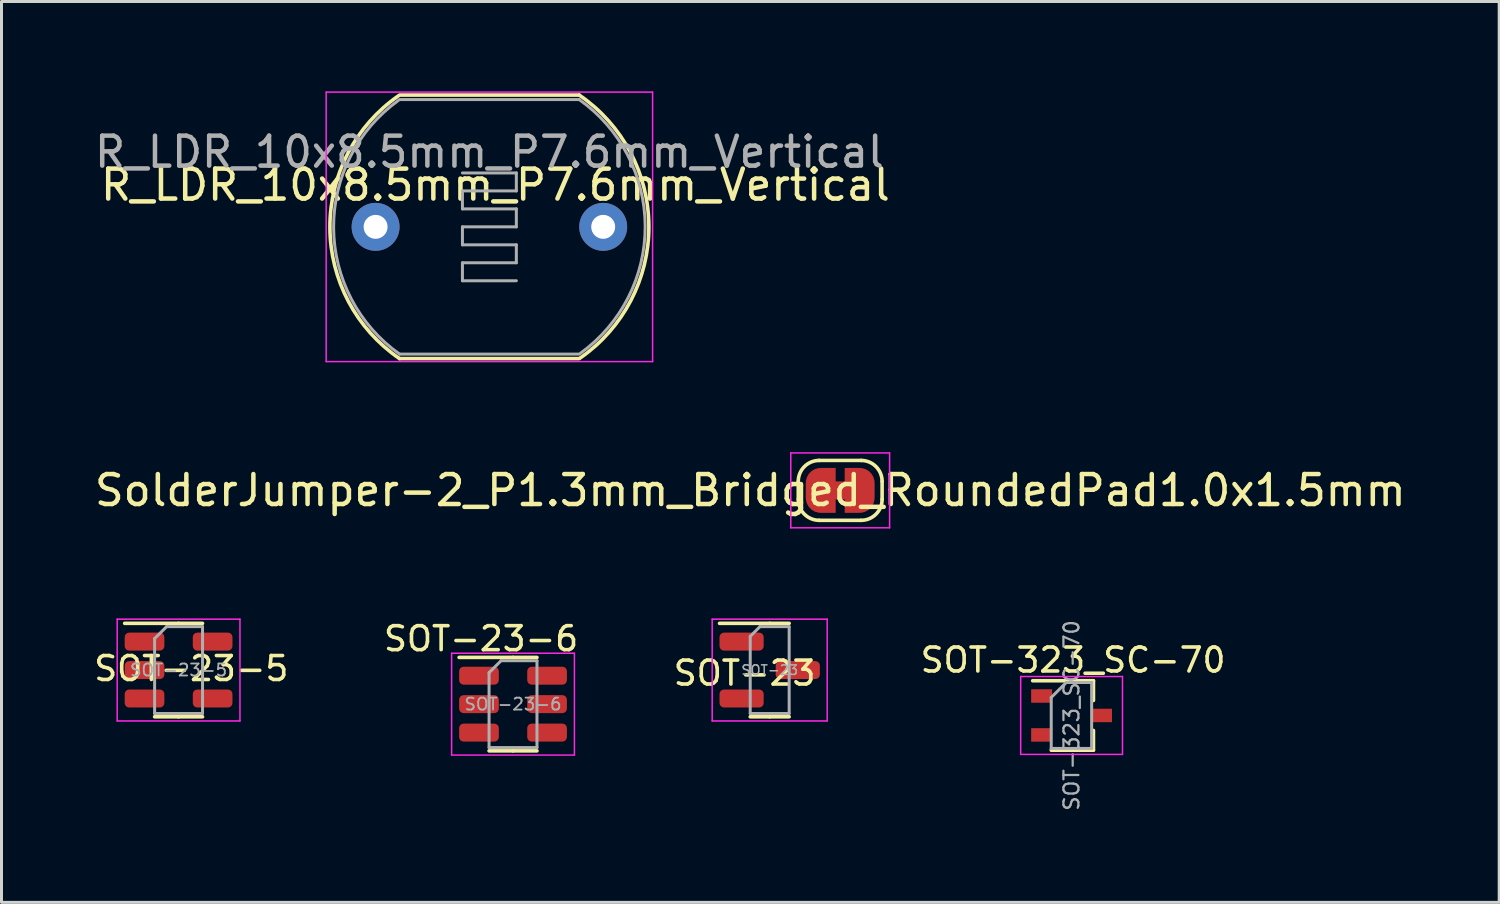
<source format=kicad_pcb>
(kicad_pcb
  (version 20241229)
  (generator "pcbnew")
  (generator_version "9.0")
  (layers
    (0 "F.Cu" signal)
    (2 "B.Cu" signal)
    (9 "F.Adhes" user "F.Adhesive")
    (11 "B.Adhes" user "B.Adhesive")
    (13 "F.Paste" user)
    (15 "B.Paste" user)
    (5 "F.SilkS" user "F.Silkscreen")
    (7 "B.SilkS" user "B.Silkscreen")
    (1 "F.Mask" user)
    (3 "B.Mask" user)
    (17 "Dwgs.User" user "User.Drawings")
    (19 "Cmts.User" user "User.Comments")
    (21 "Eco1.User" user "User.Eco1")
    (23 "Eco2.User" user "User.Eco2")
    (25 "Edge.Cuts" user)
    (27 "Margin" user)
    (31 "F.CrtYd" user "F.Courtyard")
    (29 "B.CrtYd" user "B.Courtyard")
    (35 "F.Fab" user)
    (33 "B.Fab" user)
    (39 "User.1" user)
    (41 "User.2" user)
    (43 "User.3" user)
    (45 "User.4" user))
  (footprint "SOT-323_SC-70"
    (layer "F.Cu")
    (at 32.733 20.841)
    (property "Reference" "SOT-323_SC-70" (at 0.05 -1.85 0) (layer "F.SilkS") (effects (font (size 0.8 0.8) (thickness 0.12))))
    (attr smd)
    (fp_line (start -0.68 1.16) (end 0.73 1.16) (stroke (width 0.12) (type solid)) (layer "F.SilkS"))
    (fp_line (start 0.73 -1.16) (end -1.3 -1.16) (stroke (width 0.12) (type solid)) (layer "F.SilkS"))
    (fp_line (start 0.73 -1.16) (end 0.73 -0.5) (stroke (width 0.12) (type solid)) (layer "F.SilkS"))
    (fp_line (start 0.73 0.5) (end 0.73 1.16) (stroke (width 0.12) (type solid)) (layer "F.SilkS"))
    (fp_line (start -1.7 -1.3) (end 1.7 -1.3) (stroke (width 0.05) (type solid)) (layer "F.CrtYd"))
    (fp_line (start -1.7 1.3) (end -1.7 -1.3) (stroke (width 0.05) (type solid)) (layer "F.CrtYd"))
    (fp_line (start 1.7 -1.3) (end 1.7 1.3) (stroke (width 0.05) (type solid)) (layer "F.CrtYd"))
    (fp_line (start 1.7 1.3) (end -1.7 1.3) (stroke (width 0.05) (type solid)) (layer "F.CrtYd"))
    (fp_line (start -0.68 -0.6) (end -0.68 1.1) (stroke (width 0.1) (type solid)) (layer "F.Fab"))
    (fp_line (start -0.18 -1.1) (end -0.68 -0.6) (stroke (width 0.1) (type solid)) (layer "F.Fab"))
    (fp_line (start 0.67 -1.1) (end -0.18 -1.1) (stroke (width 0.1) (type solid)) (layer "F.Fab"))
    (fp_line (start 0.67 -1.1) (end 0.67 1.1) (stroke (width 0.1) (type solid)) (layer "F.Fab"))
    (fp_line (start 0.67 1.1) (end -0.68 1.1) (stroke (width 0.1) (type solid)) (layer "F.Fab"))
    (fp_text user "${REFERENCE}" (at 0 0 90) (layer "F.Fab") (effects (font (size 0.5 0.5) (thickness 0.075))))
    (pad "1" smd rect (at -1 -0.65 270) (size 0.45 0.7) (layers "F.Cu" "F.Mask" "F.Paste"))
    (pad "2" smd rect (at -1 0.65 270) (size 0.45 0.7) (layers "F.Cu" "F.Mask" "F.Paste"))
    (pad "3" smd rect (at 1 0 270) (size 0.45 0.7) (layers "F.Cu" "F.Mask" "F.Paste")))
  (footprint "SOT-23-5"
    (layer "F.Cu")
    (at 2.913 19.325)
    (property "Reference" "SOT-23-5" (at 0.425 -0.05 0) (layer "F.SilkS") (effects (font (size 0.8 0.8) (thickness 0.12) (bold yes))))
    (attr smd)
    (fp_line (start 0 -1.56) (end -1.8 -1.56) (stroke (width 0.12) (type solid)) (layer "F.SilkS"))
    (fp_line (start 0 -1.56) (end 0.8 -1.56) (stroke (width 0.12) (type solid)) (layer "F.SilkS"))
    (fp_line (start 0 1.56) (end -0.8 1.56) (stroke (width 0.12) (type solid)) (layer "F.SilkS"))
    (fp_line (start 0 1.56) (end 0.8 1.56) (stroke (width 0.12) (type solid)) (layer "F.SilkS"))
    (fp_line (start -2.05 -1.7) (end -2.05 1.7) (stroke (width 0.05) (type solid)) (layer "F.CrtYd"))
    (fp_line (start -2.05 1.7) (end 2.05 1.7) (stroke (width 0.05) (type solid)) (layer "F.CrtYd"))
    (fp_line (start 2.05 -1.7) (end -2.05 -1.7) (stroke (width 0.05) (type solid)) (layer "F.CrtYd"))
    (fp_line (start 2.05 1.7) (end 2.05 -1.7) (stroke (width 0.05) (type solid)) (layer "F.CrtYd"))
    (fp_line (start -0.8 -1.05) (end -0.4 -1.45) (stroke (width 0.1) (type solid)) (layer "F.Fab"))
    (fp_line (start -0.8 1.45) (end -0.8 -1.05) (stroke (width 0.1) (type solid)) (layer "F.Fab"))
    (fp_line (start -0.4 -1.45) (end 0.8 -1.45) (stroke (width 0.1) (type solid)) (layer "F.Fab"))
    (fp_line (start 0.8 -1.45) (end 0.8 1.45) (stroke (width 0.1) (type solid)) (layer "F.Fab"))
    (fp_line (start 0.8 1.45) (end -0.8 1.45) (stroke (width 0.1) (type solid)) (layer "F.Fab"))
    (fp_text user "${REFERENCE}" (at 0 0 0) (layer "F.Fab") (effects (font (size 0.4 0.4) (thickness 0.06))))
    (pad "1" smd roundrect (at -1.137 -0.95) (size 1.325 0.6) (layers "F.Cu" "F.Mask" "F.Paste") (roundrect_rratio 0.25))
    (pad "2" smd roundrect (at -1.137 0) (size 1.325 0.6) (layers "F.Cu" "F.Mask" "F.Paste") (roundrect_rratio 0.25))
    (pad "3" smd roundrect (at -1.137 0.95) (size 1.325 0.6) (layers "F.Cu" "F.Mask" "F.Paste") (roundrect_rratio 0.25))
    (pad "4" smd roundrect (at 1.137 0.95) (size 1.325 0.6) (layers "F.Cu" "F.Mask" "F.Paste") (roundrect_rratio 0.25))
    (pad "5" smd roundrect (at 1.137 -0.95) (size 1.325 0.6) (layers "F.Cu" "F.Mask" "F.Paste") (roundrect_rratio 0.25)))
  (footprint "SolderJumper-2_P1.3mm_Bridged_RoundedPad1.0x1.5mm"
    (layer "F.Cu")
    (at 25.006 13.325)
    (property "Reference" "SolderJumper-2_P1.3mm_Bridged_RoundedPad1.0x1.5mm" (at -3 0 0) (layer "F.SilkS") (effects (font (size 1 1) (thickness 0.15))))
    (attr exclude_from_pos_files)
    (fp_poly (pts (xy 0.25 -0.3) (xy -0.25 -0.3) (xy -0.25 0.3) (xy 0.25 0.3)) (stroke (width 0) (type solid)) (fill yes) (layer "F.Cu"))
    (fp_line (start -1.4 0.3) (end -1.4 -0.3) (stroke (width 0.12) (type solid)) (layer "F.SilkS"))
    (fp_line (start -0.7 -1) (end 0.7 -1) (stroke (width 0.12) (type solid)) (layer "F.SilkS"))
    (fp_line (start 0.7 1) (end -0.7 1) (stroke (width 0.12) (type solid)) (layer "F.SilkS"))
    (fp_line (start 1.4 -0.3) (end 1.4 0.3) (stroke (width 0.12) (type solid)) (layer "F.SilkS"))
    (fp_arc (start -1.4 -0.3) (mid -1.194975 -0.794975) (end -0.7 -1) (stroke (width 0.12) (type solid)) (layer "F.SilkS"))
    (fp_arc (start -0.7 1) (mid -1.194975 0.794975) (end -1.4 0.3) (stroke (width 0.12) (type solid)) (layer "F.SilkS"))
    (fp_arc (start 0.7 -1) (mid 1.194975 -0.794975) (end 1.4 -0.3) (stroke (width 0.12) (type solid)) (layer "F.SilkS"))
    (fp_arc (start 1.4 0.3) (mid 1.194975 0.794975) (end 0.7 1) (stroke (width 0.12) (type solid)) (layer "F.SilkS"))
    (fp_line (start -1.65 -1.25) (end -1.65 1.25) (stroke (width 0.05) (type solid)) (layer "F.CrtYd"))
    (fp_line (start -1.65 -1.25) (end 1.65 -1.25) (stroke (width 0.05) (type solid)) (layer "F.CrtYd"))
    (fp_line (start 1.65 1.25) (end -1.65 1.25) (stroke (width 0.05) (type solid)) (layer "F.CrtYd"))
    (fp_line (start 1.65 1.25) (end 1.65 -1.25) (stroke (width 0.05) (type solid)) (layer "F.CrtYd"))
    (pad "1" smd custom (at -0.65 0) (size 1 0.5) (layers "F.Cu" "F.Mask") (options (anchor rect)) (primitives (gr_circle (center 0 0.25) (end 0.5 0.25) (width 0) (fill yes)) (gr_circle (center 0 -0.25) (end 0.5 -0.25) (width 0) (fill yes)) (gr_poly (pts (xy 0.5 0.75) (xy 0 0.75) (xy 0 -0.75) (xy 0.5 -0.75)) (width 0) (fill yes))))
    (pad "2" smd custom (at 0.65 0) (size 1 0.5) (layers "F.Cu" "F.Mask") (options (anchor rect)) (primitives (gr_circle (center 0 0.25) (end 0.5 0.25) (width 0) (fill yes)) (gr_circle (center 0 -0.25) (end 0.5 -0.25) (width 0) (fill yes)) (gr_poly (pts (xy 0 0.75) (xy -0.5 0.75) (xy -0.5 -0.75) (xy 0 -0.75)) (width 0) (fill yes)))))
  (footprint "SOT-23"
    (layer "F.Cu")
    (at 22.652 19.325)
    (property "Reference" "SOT-23" (at -0.838 0.102 0) (layer "F.SilkS") (effects (font (size 0.8 0.8) (thickness 0.12) (bold yes))))
    (attr smd)
    (fp_line (start 0 -1.56) (end -1.675 -1.56) (stroke (width 0.12) (type solid)) (layer "F.SilkS"))
    (fp_line (start 0 -1.56) (end 0.65 -1.56) (stroke (width 0.12) (type solid)) (layer "F.SilkS"))
    (fp_line (start 0 1.56) (end -0.65 1.56) (stroke (width 0.12) (type solid)) (layer "F.SilkS"))
    (fp_line (start 0 1.56) (end 0.65 1.56) (stroke (width 0.12) (type solid)) (layer "F.SilkS"))
    (fp_line (start -1.92 -1.7) (end -1.92 1.7) (stroke (width 0.05) (type solid)) (layer "F.CrtYd"))
    (fp_line (start -1.92 1.7) (end 1.92 1.7) (stroke (width 0.05) (type solid)) (layer "F.CrtYd"))
    (fp_line (start 1.92 -1.7) (end -1.92 -1.7) (stroke (width 0.05) (type solid)) (layer "F.CrtYd"))
    (fp_line (start 1.92 1.7) (end 1.92 -1.7) (stroke (width 0.05) (type solid)) (layer "F.CrtYd"))
    (fp_line (start -0.65 -1.125) (end -0.325 -1.45) (stroke (width 0.1) (type solid)) (layer "F.Fab"))
    (fp_line (start -0.65 1.45) (end -0.65 -1.125) (stroke (width 0.1) (type solid)) (layer "F.Fab"))
    (fp_line (start -0.325 -1.45) (end 0.65 -1.45) (stroke (width 0.1) (type solid)) (layer "F.Fab"))
    (fp_line (start 0.65 -1.45) (end 0.65 1.45) (stroke (width 0.1) (type solid)) (layer "F.Fab"))
    (fp_line (start 0.65 1.45) (end -0.65 1.45) (stroke (width 0.1) (type solid)) (layer "F.Fab"))
    (fp_text user "${REFERENCE}" (at 0 0 0) (layer "F.Fab") (effects (font (size 0.32 0.32) (thickness 0.05))))
    (pad "1" smd roundrect (at -0.938 -0.95) (size 1.475 0.6) (layers "F.Cu" "F.Mask" "F.Paste") (roundrect_rratio 0.25))
    (pad "2" smd roundrect (at -0.938 0.95) (size 1.475 0.6) (layers "F.Cu" "F.Mask" "F.Paste") (roundrect_rratio 0.25))
    (pad "3" smd roundrect (at 0.938 0) (size 1.475 0.6) (layers "F.Cu" "F.Mask" "F.Paste") (roundrect_rratio 0.25)))
  (footprint "SOT-23-6"
    (layer "F.Cu")
    (at 14.081 20.463)
    (property "Reference" "SOT-23-6" (at -1.067 -2.184 0) (layer "F.SilkS") (effects (font (size 0.8 0.8) (thickness 0.12) (bold yes))))
    (attr smd)
    (fp_line (start 0 -1.56) (end -1.8 -1.56) (stroke (width 0.12) (type solid)) (layer "F.SilkS"))
    (fp_line (start 0 -1.56) (end 0.8 -1.56) (stroke (width 0.12) (type solid)) (layer "F.SilkS"))
    (fp_line (start 0 1.56) (end -0.8 1.56) (stroke (width 0.12) (type solid)) (layer "F.SilkS"))
    (fp_line (start 0 1.56) (end 0.8 1.56) (stroke (width 0.12) (type solid)) (layer "F.SilkS"))
    (fp_line (start -2.05 -1.7) (end -2.05 1.7) (stroke (width 0.05) (type solid)) (layer "F.CrtYd"))
    (fp_line (start -2.05 1.7) (end 2.05 1.7) (stroke (width 0.05) (type solid)) (layer "F.CrtYd"))
    (fp_line (start 2.05 -1.7) (end -2.05 -1.7) (stroke (width 0.05) (type solid)) (layer "F.CrtYd"))
    (fp_line (start 2.05 1.7) (end 2.05 -1.7) (stroke (width 0.05) (type solid)) (layer "F.CrtYd"))
    (fp_line (start -0.8 -1.05) (end -0.4 -1.45) (stroke (width 0.1) (type solid)) (layer "F.Fab"))
    (fp_line (start -0.8 1.45) (end -0.8 -1.05) (stroke (width 0.1) (type solid)) (layer "F.Fab"))
    (fp_line (start -0.4 -1.45) (end 0.8 -1.45) (stroke (width 0.1) (type solid)) (layer "F.Fab"))
    (fp_line (start 0.8 -1.45) (end 0.8 1.45) (stroke (width 0.1) (type solid)) (layer "F.Fab"))
    (fp_line (start 0.8 1.45) (end -0.8 1.45) (stroke (width 0.1) (type solid)) (layer "F.Fab"))
    (fp_text user "${REFERENCE}" (at 0 0 0) (layer "F.Fab") (effects (font (size 0.4 0.4) (thickness 0.06))))
    (pad "1" smd roundrect (at -1.137 -0.95) (size 1.325 0.6) (layers "F.Cu" "F.Mask" "F.Paste") (roundrect_rratio 0.25))
    (pad "2" smd roundrect (at -1.137 0) (size 1.325 0.6) (layers "F.Cu" "F.Mask" "F.Paste") (roundrect_rratio 0.25))
    (pad "3" smd roundrect (at -1.137 0.95) (size 1.325 0.6) (layers "F.Cu" "F.Mask" "F.Paste") (roundrect_rratio 0.25))
    (pad "4" smd roundrect (at 1.137 0.95) (size 1.325 0.6) (layers "F.Cu" "F.Mask" "F.Paste") (roundrect_rratio 0.25))
    (pad "5" smd roundrect (at 1.137 0) (size 1.325 0.6) (layers "F.Cu" "F.Mask" "F.Paste") (roundrect_rratio 0.25))
    (pad "6" smd roundrect (at 1.137 -0.95) (size 1.325 0.6) (layers "F.Cu" "F.Mask" "F.Paste") (roundrect_rratio 0.25)))
  (footprint "R_LDR_10x8.5mm_P7.6mm_Vertical"
    (layer "F.Cu")
    (at 9.492 4.525)
    (property "Reference" "R_LDR_10x8.5mm_P7.6mm_Vertical" (at 4 -1.4 0) (layer "F.SilkS") (effects (font (size 1 1) (thickness 0.15))))
    (attr through_hole)
    (fp_line (start 0.8 -4.4) (end 6.8 -4.4) (stroke (width 0.12) (type solid)) (layer "F.SilkS"))
    (fp_line (start 0.8 4.4) (end 6.8 4.4) (stroke (width 0.12) (type solid)) (layer "F.SilkS"))
    (fp_arc (start 0.8 4.4) (mid -1.525374 0.019809) (end 0.76735 -4.37756) (stroke (width 0.12) (type solid)) (layer "F.SilkS"))
    (fp_arc (start 6.8 -4.4) (mid 9.125374 -0.019809) (end 6.83265 4.37756) (stroke (width 0.12) (type solid)) (layer "F.SilkS"))
    (fp_line (start -1.65 -4.5) (end -1.65 4.5) (stroke (width 0.05) (type solid)) (layer "F.CrtYd"))
    (fp_line (start -1.65 -4.5) (end 9.25 -4.5) (stroke (width 0.05) (type solid)) (layer "F.CrtYd"))
    (fp_line (start 9.25 4.5) (end -1.65 4.5) (stroke (width 0.05) (type solid)) (layer "F.CrtYd"))
    (fp_line (start 9.25 4.5) (end 9.25 -4.5) (stroke (width 0.05) (type solid)) (layer "F.CrtYd"))
    (fp_line (start 0.8 -4.25) (end 6.8 -4.25) (stroke (width 0.1) (type solid)) (layer "F.Fab"))
    (fp_line (start 2.9 -1.8) (end 4.7 -1.8) (stroke (width 0.1) (type solid)) (layer "F.Fab"))
    (fp_line (start 2.9 -1.2) (end 2.9 -0.6) (stroke (width 0.1) (type solid)) (layer "F.Fab"))
    (fp_line (start 2.9 -0.6) (end 4.7 -0.6) (stroke (width 0.1) (type solid)) (layer "F.Fab"))
    (fp_line (start 2.9 0) (end 2.9 0.6) (stroke (width 0.1) (type solid)) (layer "F.Fab"))
    (fp_line (start 2.9 0.6) (end 4.7 0.6) (stroke (width 0.1) (type solid)) (layer "F.Fab"))
    (fp_line (start 2.9 1.2) (end 2.9 1.8) (stroke (width 0.1) (type solid)) (layer "F.Fab"))
    (fp_line (start 2.9 1.8) (end 4.7 1.8) (stroke (width 0.1) (type solid)) (layer "F.Fab"))
    (fp_line (start 4.7 -1.8) (end 4.7 -1.2) (stroke (width 0.1) (type solid)) (layer "F.Fab"))
    (fp_line (start 4.7 -1.2) (end 2.9 -1.2) (stroke (width 0.1) (type solid)) (layer "F.Fab"))
    (fp_line (start 4.7 -0.6) (end 4.7 0) (stroke (width 0.1) (type solid)) (layer "F.Fab"))
    (fp_line (start 4.7 0) (end 2.9 0) (stroke (width 0.1) (type solid)) (layer "F.Fab"))
    (fp_line (start 4.7 0.6) (end 4.7 1.2) (stroke (width 0.1) (type solid)) (layer "F.Fab"))
    (fp_line (start 4.7 1.2) (end 2.9 1.2) (stroke (width 0.1) (type solid)) (layer "F.Fab"))
    (fp_line (start 6.8 4.25) (end 0.8 4.25) (stroke (width 0.1) (type solid)) (layer "F.Fab"))
    (fp_arc (start 0.8 4.25) (mid -1.4021 0.025641) (end 0.758251 -4.22022) (stroke (width 0.1) (type solid)) (layer "F.Fab"))
    (fp_arc (start 6.8 -4.25) (mid 9.0021 -0.025641) (end 6.841749 4.22022) (stroke (width 0.1) (type solid)) (layer "F.Fab"))
    (fp_text user "${REFERENCE}" (at 3.8 -2.5 0) (layer "F.Fab") (effects (font (size 1 1) (thickness 0.15))))
    (pad "1" thru_hole circle (at 0 0 180) (size 1.6 1.6) (drill 0.8) (layers "*.Cu" "*.Mask"))
    (pad "2" thru_hole circle (at 7.6 0 180) (size 1.6 1.6) (drill 0.8) (layers "*.Cu" "*.Mask")))
  (gr_rect
    (start -3 -3)
    (end 47.012 27.082)
    (stroke (width 0.1) (type default))
    (fill no)
    (layer "Edge.Cuts")))
</source>
